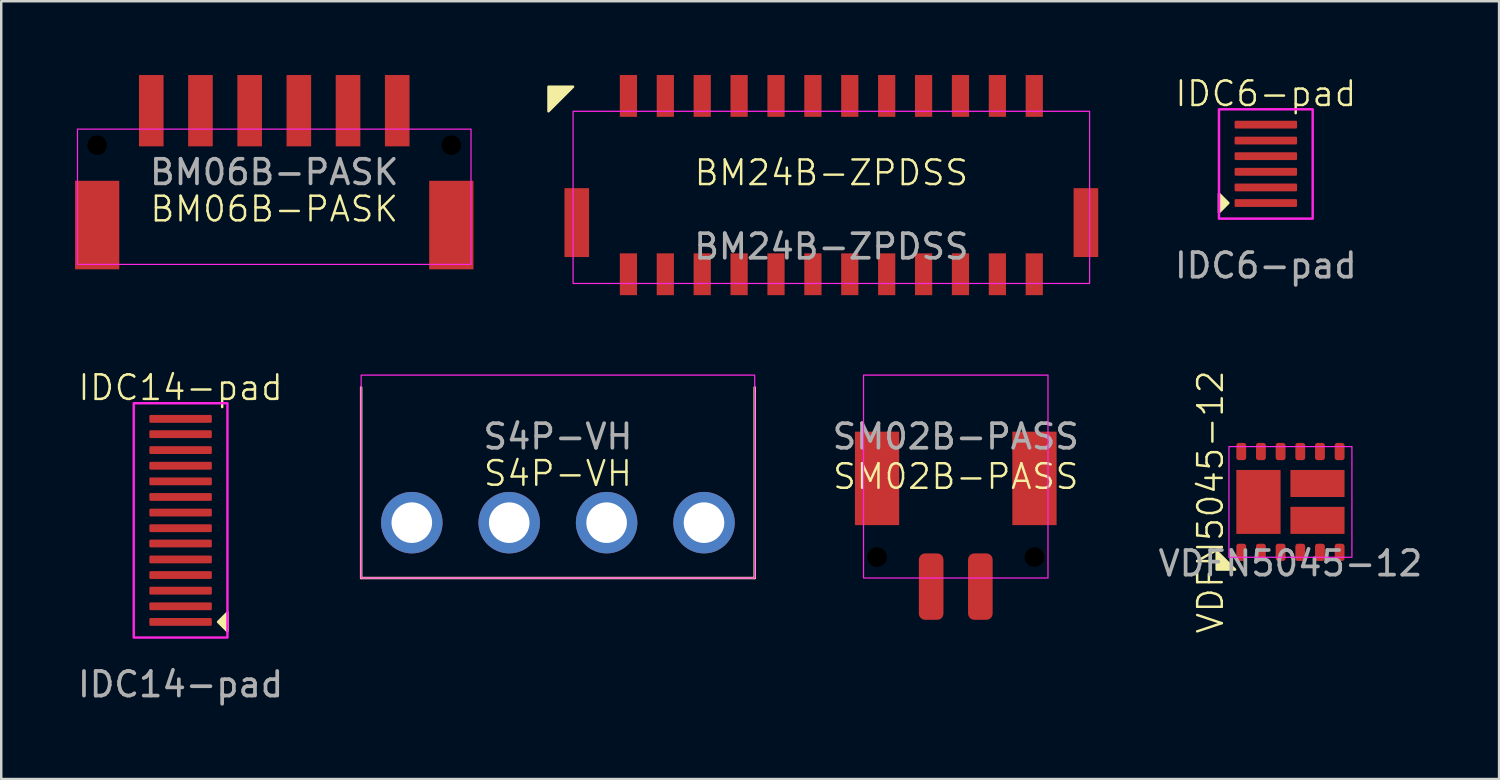
<source format=kicad_pcb>
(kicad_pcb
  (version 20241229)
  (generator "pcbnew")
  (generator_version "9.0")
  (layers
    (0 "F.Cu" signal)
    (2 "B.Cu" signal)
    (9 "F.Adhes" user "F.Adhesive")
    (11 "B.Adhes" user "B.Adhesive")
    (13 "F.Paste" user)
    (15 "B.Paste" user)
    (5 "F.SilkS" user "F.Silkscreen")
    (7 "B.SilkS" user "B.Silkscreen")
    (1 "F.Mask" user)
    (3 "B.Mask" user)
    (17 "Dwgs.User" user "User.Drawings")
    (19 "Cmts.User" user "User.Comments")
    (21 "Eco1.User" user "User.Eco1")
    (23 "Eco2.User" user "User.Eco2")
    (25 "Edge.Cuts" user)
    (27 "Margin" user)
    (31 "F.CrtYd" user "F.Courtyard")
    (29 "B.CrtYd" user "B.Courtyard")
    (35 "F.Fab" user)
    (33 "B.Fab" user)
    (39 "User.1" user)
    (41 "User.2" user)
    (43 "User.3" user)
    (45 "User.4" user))
  (footprint "IDC14-pad"
    (layer "F.Cu")
    (at 4.292 13.98)
    (property "Reference" "IDC14-pad" (at 0 -1.27 0) (unlocked yes) (layer "F.SilkS") (effects (font (size 1 1) (thickness 0.1))))
    (attr smd)
    (fp_poly (pts (xy 1.905 7.874) (xy 1.905 8.636) (xy 1.524 8.255)) (stroke (width 0.1) (type solid)) (fill yes) (layer "F.SilkS"))
    (fp_rect (start -1.905 -0.635) (end 1.905 8.89) (stroke (width 0.1) (type solid)) (fill no) (layer "F.CrtYd"))
    (fp_text user "${REFERENCE}" (at 0 10.795 0) (unlocked yes) (layer "F.Fab") (effects (font (size 1 1) (thickness 0.15))))
    (pad "1" smd roundrect (at 0 8.255) (size 2.54 0.318) (layers "F.Cu" "F.Mask" "F.Paste") (roundrect_rratio 0.15))
    (pad "2" smd roundrect (at 0 7.62) (size 2.54 0.318) (layers "F.Cu" "F.Mask" "F.Paste") (roundrect_rratio 0.15))
    (pad "3" smd roundrect (at 0 6.985) (size 2.54 0.318) (layers "F.Cu" "F.Mask" "F.Paste") (roundrect_rratio 0.15))
    (pad "4" smd roundrect (at 0 6.35) (size 2.54 0.318) (layers "F.Cu" "F.Mask" "F.Paste") (roundrect_rratio 0.15))
    (pad "5" smd roundrect (at 0 5.715) (size 2.54 0.318) (layers "F.Cu" "F.Mask" "F.Paste") (roundrect_rratio 0.15))
    (pad "6" smd roundrect (at 0 5.067) (size 2.54 0.318) (layers "F.Cu" "F.Mask" "F.Paste") (roundrect_rratio 0.15))
    (pad "7" smd roundrect (at 0 4.445) (size 2.54 0.318) (layers "F.Cu" "F.Mask" "F.Paste") (roundrect_rratio 0.15))
    (pad "8" smd roundrect (at 0 3.81) (size 2.54 0.318) (layers "F.Cu" "F.Mask" "F.Paste") (roundrect_rratio 0.15))
    (pad "9" smd roundrect (at 0 3.175) (size 2.54 0.318) (layers "F.Cu" "F.Mask" "F.Paste") (roundrect_rratio 0.15))
    (pad "10" smd roundrect (at 0 2.54) (size 2.54 0.318) (layers "F.Cu" "F.Mask" "F.Paste") (roundrect_rratio 0.15))
    (pad "11" smd roundrect (at 0 1.905) (size 2.54 0.318) (layers "F.Cu" "F.Mask" "F.Paste") (roundrect_rratio 0.15))
    (pad "12" smd roundrect (at 0 1.27) (size 2.54 0.318) (layers "F.Cu" "F.Mask" "F.Paste") (roundrect_rratio 0.15))
    (pad "13" smd roundrect (at 0 0.622) (size 2.54 0.318) (layers "F.Cu" "F.Mask" "F.Paste") (roundrect_rratio 0.15))
    (pad "14" smd roundrect (at 0 0) (size 2.54 0.318) (layers "F.Cu" "F.Mask" "F.Paste") (roundrect_rratio 0.15)))
  (footprint "BM06B-PASK"
    (layer "F.Cu")
    (at 8.1 1.45)
    (property "Reference" "BM06B-PASK" (at 0 4 0) (unlocked yes) (layer "F.SilkS") (effects (font (size 1 1) (thickness 0.1))))
    (attr smd)
    (fp_rect (start -8 0.75) (end 8 6.25) (stroke (width 0.05) (type default)) (fill no) (layer "F.CrtYd"))
    (fp_text user "${REFERENCE}" (at 0 2.5 0) (unlocked yes) (layer "F.Fab") (effects (font (size 1 1) (thickness 0.15))))
    (pad "" np_thru_hole circle (at -7.2 1.4) (size 0.8 0.8) (drill 0.8) (layers "*.Mask"))
    (pad "" smd rect (at -7.2 4.65) (size 1.8 3.6) (layers "F.Cu" "F.Mask" "F.Paste"))
    (pad "" np_thru_hole circle (at 7.2 1.4) (size 0.8 0.8) (drill 0.8) (layers "*.Mask"))
    (pad "" smd rect (at 7.2 4.65) (size 1.8 3.6) (layers "F.Cu" "F.Mask" "F.Paste"))
    (pad "1" smd rect (at -5 0) (size 1 2.9) (layers "F.Cu" "F.Mask" "F.Paste"))
    (pad "2" smd rect (at -3 0) (size 1 2.9) (layers "F.Cu" "F.Mask" "F.Paste"))
    (pad "3" smd rect (at -1 0) (size 1 2.9) (layers "F.Cu" "F.Mask" "F.Paste"))
    (pad "4" smd rect (at 1 0) (size 1 2.9) (layers "F.Cu" "F.Mask" "F.Paste"))
    (pad "5" smd rect (at 3 0) (size 1 2.9) (layers "F.Cu" "F.Mask" "F.Paste"))
    (pad "6" smd rect (at 5 0) (size 1 2.9) (layers "F.Cu" "F.Mask" "F.Paste")))
  (footprint "BM24B-ZPDSS"
    (layer "F.Cu")
    (at 30.75 4.475)
    (property "Reference" "BM24B-ZPDSS" (at 0 -0.5 0) (unlocked yes) (layer "F.SilkS") (effects (font (size 1 1) (thickness 0.1))))
    (attr smd)
    (fp_poly (pts (xy -10.5 -4) (xy -11.5 -4) (xy -11.5 -3)) (stroke (width 0.1) (type solid)) (fill yes) (layer "F.SilkS"))
    (fp_rect (start -10.5 -3) (end 10.5 4) (stroke (width 0.05) (type default)) (fill no) (layer "F.CrtYd"))
    (fp_text user "${REFERENCE}" (at 0 2.5 0) (unlocked yes) (layer "F.Fab") (effects (font (size 1 1) (thickness 0.15))))
    (pad "" smd rect (at -10.35 1.525) (size 1 2.8) (layers "F.Cu" "F.Mask" "F.Paste"))
    (pad "" smd rect (at 10.35 1.525) (size 1 2.8) (layers "F.Cu" "F.Mask" "F.Paste"))
    (pad "1" smd rect (at -8.25 -3.625) (size 0.7 1.7) (layers "F.Cu" "F.Mask" "F.Paste"))
    (pad "2" smd rect (at -8.25 3.625) (size 0.7 1.7) (layers "F.Cu" "F.Mask" "F.Paste"))
    (pad "3" smd rect (at -6.75 -3.625) (size 0.7 1.7) (layers "F.Cu" "F.Mask" "F.Paste"))
    (pad "4" smd rect (at -6.75 3.625) (size 0.7 1.7) (layers "F.Cu" "F.Mask" "F.Paste"))
    (pad "5" smd rect (at -5.25 -3.625) (size 0.7 1.7) (layers "F.Cu" "F.Mask" "F.Paste"))
    (pad "6" smd rect (at -5.25 3.625) (size 0.7 1.7) (layers "F.Cu" "F.Mask" "F.Paste"))
    (pad "7" smd rect (at -3.75 -3.625) (size 0.7 1.7) (layers "F.Cu" "F.Mask" "F.Paste"))
    (pad "8" smd rect (at -3.75 3.625) (size 0.7 1.7) (layers "F.Cu" "F.Mask" "F.Paste"))
    (pad "9" smd rect (at -2.25 -3.625) (size 0.7 1.7) (layers "F.Cu" "F.Mask" "F.Paste"))
    (pad "10" smd rect (at -2.25 3.625) (size 0.7 1.7) (layers "F.Cu" "F.Mask" "F.Paste"))
    (pad "11" smd rect (at -0.75 -3.625) (size 0.7 1.7) (layers "F.Cu" "F.Mask" "F.Paste"))
    (pad "12" smd rect (at -0.75 3.625) (size 0.7 1.7) (layers "F.Cu" "F.Mask" "F.Paste"))
    (pad "13" smd rect (at 0.75 -3.625) (size 0.7 1.7) (layers "F.Cu" "F.Mask" "F.Paste"))
    (pad "14" smd rect (at 0.75 3.625) (size 0.7 1.7) (layers "F.Cu" "F.Mask" "F.Paste"))
    (pad "15" smd rect (at 2.25 -3.625) (size 0.7 1.7) (layers "F.Cu" "F.Mask" "F.Paste"))
    (pad "16" smd rect (at 2.25 3.625) (size 0.7 1.7) (layers "F.Cu" "F.Mask" "F.Paste"))
    (pad "17" smd rect (at 3.75 -3.625) (size 0.7 1.7) (layers "F.Cu" "F.Mask" "F.Paste"))
    (pad "18" smd rect (at 3.75 3.625) (size 0.7 1.7) (layers "F.Cu" "F.Mask" "F.Paste"))
    (pad "19" smd rect (at 5.25 -3.625) (size 0.7 1.7) (layers "F.Cu" "F.Mask" "F.Paste"))
    (pad "20" smd rect (at 5.25 3.625) (size 0.7 1.7) (layers "F.Cu" "F.Mask" "F.Paste"))
    (pad "21" smd rect (at 6.75 -3.625) (size 0.7 1.7) (layers "F.Cu" "F.Mask" "F.Paste"))
    (pad "22" smd rect (at 6.75 3.625) (size 0.7 1.7) (layers "F.Cu" "F.Mask" "F.Paste"))
    (pad "23" smd rect (at 8.25 -3.625) (size 0.7 1.7) (layers "F.Cu" "F.Mask" "F.Paste"))
    (pad "24" smd rect (at 8.25 3.625) (size 0.7 1.7) (layers "F.Cu" "F.Mask" "F.Paste")))
  (footprint "S4P-VH"
    (layer "F.Cu")
    (at 19.633 12.2)
    (property "Reference" "S4P-VH" (at 0 4 0) (unlocked yes) (layer "F.SilkS") (effects (font (size 1 1) (thickness 0.1))))
    (attr smd)
    (fp_line (start -8 8.25) (end -8 0.5) (stroke (width 0.1) (type default)) (layer "F.SilkS"))
    (fp_line (start 8 0.5) (end 8 8.25) (stroke (width 0.1) (type default)) (layer "F.SilkS"))
    (fp_line (start 8 8.25) (end -8 8.25) (stroke (width 0.1) (type default)) (layer "F.SilkS"))
    (fp_rect (start -8 0) (end 8 8.25) (stroke (width 0.05) (type default)) (fill no) (layer "F.CrtYd"))
    (fp_text user "${REFERENCE}" (at 0 2.5 0) (unlocked yes) (layer "F.Fab") (effects (font (size 1 1) (thickness 0.15))))
    (pad "1" thru_hole circle (at 5.94 6) (size 2.5 2.5) (drill 1.65) (layers "*.Cu" "*.Mask"))
    (pad "2" thru_hole circle (at 1.98 6) (size 2.5 2.5) (drill 1.65) (layers "*.Cu" "*.Mask"))
    (pad "3" thru_hole circle (at -1.98 6) (size 2.5 2.5) (drill 1.65) (layers "*.Cu" "*.Mask"))
    (pad "4" thru_hole circle (at -5.94 6) (size 2.5 2.5) (drill 1.65) (layers "*.Cu" "*.Mask")))
  (footprint "IDC6-pad"
    (layer "F.Cu")
    (at 48.415 2.03)
    (property "Reference" "IDC6-pad" (at 0 -1.27 0) (unlocked yes) (layer "F.SilkS") (effects (font (size 1 1) (thickness 0.1))))
    (attr smd)
    (fp_poly (pts (xy -1.905 3.556) (xy -1.905 2.794) (xy -1.524 3.175)) (stroke (width 0.1) (type solid)) (fill yes) (layer "F.SilkS"))
    (fp_rect (start -1.905 -0.635) (end 1.905 3.81) (stroke (width 0.1) (type solid)) (fill no) (layer "F.CrtYd"))
    (fp_text user "${REFERENCE}" (at 0 5.715 0) (unlocked yes) (layer "F.Fab") (effects (font (size 1 1) (thickness 0.15))))
    (pad "1" smd roundrect (at 0 3.175) (size 2.54 0.318) (layers "F.Cu" "F.Mask" "F.Paste") (roundrect_rratio 0.15))
    (pad "2" smd roundrect (at 0 2.54) (size 2.54 0.318) (layers "F.Cu" "F.Mask" "F.Paste") (roundrect_rratio 0.15))
    (pad "3" smd roundrect (at 0 1.905) (size 2.54 0.318) (layers "F.Cu" "F.Mask" "F.Paste") (roundrect_rratio 0.15))
    (pad "4" smd roundrect (at 0 1.27) (size 2.54 0.318) (layers "F.Cu" "F.Mask" "F.Paste") (roundrect_rratio 0.15))
    (pad "5" smd roundrect (at 0 0.635) (size 2.54 0.318) (layers "F.Cu" "F.Mask" "F.Paste") (roundrect_rratio 0.15))
    (pad "6" smd roundrect (at 0 -0.013) (size 2.54 0.318) (layers "F.Cu" "F.Mask" "F.Paste") (roundrect_rratio 0.15)))
  (footprint "SM02B-PASS"
    (layer "F.Cu")
    (at 35.808 12.2)
    (property "Reference" "SM02B-PASS" (at 0 4.125 0) (unlocked yes) (layer "F.SilkS") (effects (font (size 1 1) (thickness 0.1))))
    (attr smd)
    (fp_rect (start -3.75 0) (end 3.75 8.25) (stroke (width 0.05) (type default)) (fill no) (layer "F.CrtYd"))
    (fp_text user "${REFERENCE}" (at 0 2.5 0) (unlocked yes) (layer "F.Fab") (effects (font (size 1 1) (thickness 0.15))))
    (pad "" smd rect (at -3.2 4.2) (size 1.8 3.8) (layers "F.Cu" "F.Mask" "F.Paste"))
    (pad "" np_thru_hole circle (at -3.2 7.4) (size 0.8 0.8) (drill 0.8) (layers "*.Mask"))
    (pad "" smd rect (at 3.2 4.2) (size 1.8 3.8) (layers "F.Cu" "F.Mask" "F.Paste"))
    (pad "" np_thru_hole circle (at 3.2 7.4) (size 0.8 0.8) (drill 0.8) (layers "*.Mask"))
    (pad "1" smd roundrect (at 1 8.6) (size 1 2.7) (layers "F.Cu" "F.Mask" "F.Paste") (roundrect_rratio 0.25))
    (pad "2" smd roundrect (at -1 8.6) (size 1 2.7) (layers "F.Cu" "F.Mask" "F.Paste") (roundrect_rratio 0.25)))
  (footprint "VDFN5045-12"
    (layer "F.Cu")
    (at 49.415 17.357)
    (property "Reference" "VDFN5045-12" (at -3.25 0 90) (unlocked yes) (layer "F.SilkS") (effects (font (size 1 1) (thickness 0.1))))
    (attr smd)
    (fp_poly (pts (xy -3 2) (xy -3 2.75) (xy -2.25 2.75)) (stroke (width 0.1) (type solid)) (fill yes) (layer "F.SilkS"))
    (fp_rect (start -2.5 -2.25) (end 2.5 2.25) (stroke (width 0.05) (type solid)) (fill no) (layer "F.CrtYd"))
    (fp_text user "${REFERENCE}" (at 0 2.5 0) (unlocked yes) (layer "F.Fab") (effects (font (size 1 1) (thickness 0.15))))
    (pad "1" smd roundrect (at -2 2.05) (size 0.4 0.7) (layers "F.Cu" "F.Mask" "F.Paste") (roundrect_rratio 0.25))
    (pad "2" smd roundrect (at -1.2 2.05) (size 0.4 0.7) (layers "F.Cu" "F.Mask" "F.Paste") (roundrect_rratio 0.25))
    (pad "3" smd roundrect (at -0.4 2.05) (size 0.4 0.7) (layers "F.Cu" "F.Mask" "F.Paste") (roundrect_rratio 0.25))
    (pad "4" smd roundrect (at 0.4 2.05) (size 0.4 0.7) (layers "F.Cu" "F.Mask" "F.Paste") (roundrect_rratio 0.25))
    (pad "5" smd roundrect (at 1.2 2.05) (size 0.4 0.7) (layers "F.Cu" "F.Mask" "F.Paste") (roundrect_rratio 0.25))
    (pad "6" smd roundrect (at 2 2.05) (size 0.4 0.7) (layers "F.Cu" "F.Mask" "F.Paste") (roundrect_rratio 0.25))
    (pad "7" smd roundrect (at 2 -2.05) (size 0.4 0.7) (layers "F.Cu" "F.Mask" "F.Paste") (roundrect_rratio 0.25))
    (pad "8" smd roundrect (at 1.2 -2.05) (size 0.4 0.7) (layers "F.Cu" "F.Mask" "F.Paste") (roundrect_rratio 0.25))
    (pad "9" smd roundrect (at 0.4 -2.05) (size 0.4 0.7) (layers "F.Cu" "F.Mask" "F.Paste") (roundrect_rratio 0.25))
    (pad "10" smd roundrect (at -0.4 -2.05) (size 0.4 0.7) (layers "F.Cu" "F.Mask" "F.Paste") (roundrect_rratio 0.25))
    (pad "11" smd roundrect (at -1.2 -2.05) (size 0.4 0.7) (layers "F.Cu" "F.Mask" "F.Paste") (roundrect_rratio 0.25))
    (pad "12" smd roundrect (at -2 -2.05) (size 0.4 0.7) (layers "F.Cu" "F.Mask" "F.Paste") (roundrect_rratio 0.25))
    (pad "A" smd rect (at -1.3 0) (size 1.8 2.6) (layers "F.Cu" "F.Mask" "F.Paste"))
    (pad "B" smd rect (at 1.1 0.75) (size 2.2 1.1) (layers "F.Cu" "F.Mask" "F.Paste"))
    (pad "C" smd rect (at 1.1 -0.75) (size 2.2 1.1) (layers "F.Cu" "F.Mask" "F.Paste")))
  (gr_rect
    (start -3 -3)
    (end 57.898 28.624)
    (stroke (width 0.1) (type default))
    (fill no)
    (layer "Edge.Cuts")))
</source>
